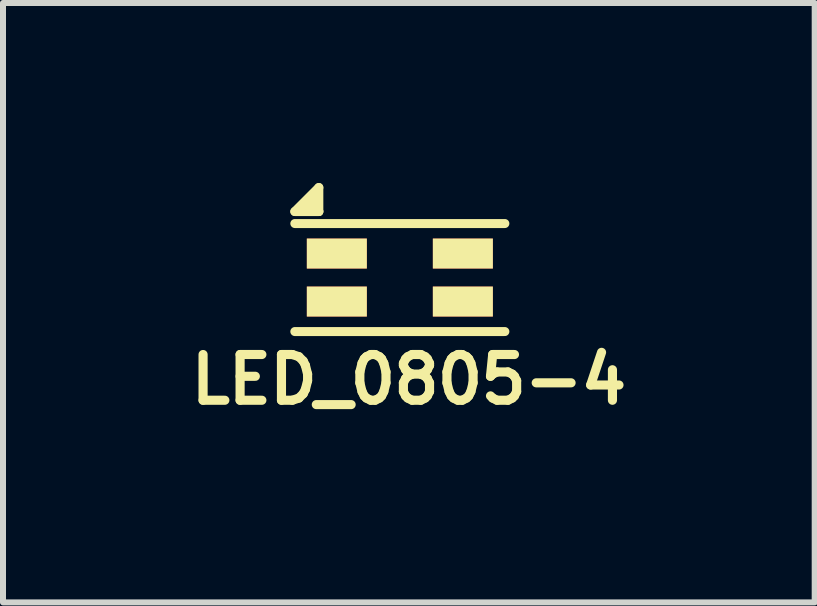
<source format=kicad_pcb>
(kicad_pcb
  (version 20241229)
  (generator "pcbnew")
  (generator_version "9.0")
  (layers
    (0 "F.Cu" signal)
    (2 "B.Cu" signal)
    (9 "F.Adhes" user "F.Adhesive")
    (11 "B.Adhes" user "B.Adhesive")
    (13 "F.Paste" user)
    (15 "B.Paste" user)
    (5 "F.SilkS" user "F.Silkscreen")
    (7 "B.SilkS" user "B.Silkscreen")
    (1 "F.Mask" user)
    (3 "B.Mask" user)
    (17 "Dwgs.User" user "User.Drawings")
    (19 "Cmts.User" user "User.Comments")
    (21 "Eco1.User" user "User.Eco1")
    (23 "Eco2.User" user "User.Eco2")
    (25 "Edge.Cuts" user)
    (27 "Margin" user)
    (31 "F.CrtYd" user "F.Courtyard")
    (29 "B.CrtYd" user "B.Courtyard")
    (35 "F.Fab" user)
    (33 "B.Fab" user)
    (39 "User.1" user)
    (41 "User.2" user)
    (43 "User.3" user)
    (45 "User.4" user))
  (footprint "LED_0805-4"
    (layer "F.Cu")
    (at 2.563 1.175)
    (property "Reference" "LED_0805-4" (at 1.2 2.1 0) (layer "F.SilkS") (effects (font (size 0.762 0.762) (thickness 0.152))))
    (attr smd)
    (fp_line (start -0.7 -0.7) (end -0.3 -0.7) (stroke (width 0.15) (type solid)) (layer "F.SilkS"))
    (fp_line (start -0.7 -0.5) (end 2.8 -0.5) (stroke (width 0.15) (type solid)) (layer "F.SilkS"))
    (fp_line (start -0.7 1.3) (end 2.8 1.3) (stroke (width 0.15) (type solid)) (layer "F.SilkS"))
    (fp_line (start -0.5 -0.8) (end -0.4 -0.8) (stroke (width 0.15) (type solid)) (layer "F.SilkS"))
    (fp_line (start -0.4 -0.9) (end -0.5 -0.8) (stroke (width 0.15) (type solid)) (layer "F.SilkS"))
    (fp_line (start -0.3 -1.1) (end -0.7 -0.7) (stroke (width 0.15) (type solid)) (layer "F.SilkS"))
    (fp_line (start -0.3 -0.7) (end -0.4 -0.9) (stroke (width 0.15) (type solid)) (layer "F.SilkS"))
    (fp_line (start -0.3 -0.7) (end -0.3 -1.1) (stroke (width 0.15) (type solid)) (layer "F.SilkS"))
    (pad "1" smd rect (at 0 0) (size 1 0.5) (layers "F.Cu" "F.Mask" "F.SilkS" "F.Paste"))
    (pad "2" smd rect (at 0 0.8) (size 1 0.5) (layers "F.Cu" "F.Mask" "F.SilkS" "F.Paste"))
    (pad "3" smd rect (at 2.1 0.8) (size 1 0.5) (layers "F.Cu" "F.Mask" "F.SilkS" "F.Paste"))
    (pad "4" smd rect (at 2.1 0) (size 1 0.5) (layers "F.Cu" "F.Mask" "F.SilkS" "F.Paste")))
  (gr_rect
    (start -3 -3)
    (end 10.526 6.988)
    (stroke (width 0.1) (type default))
    (fill no)
    (layer "Edge.Cuts")))
</source>
